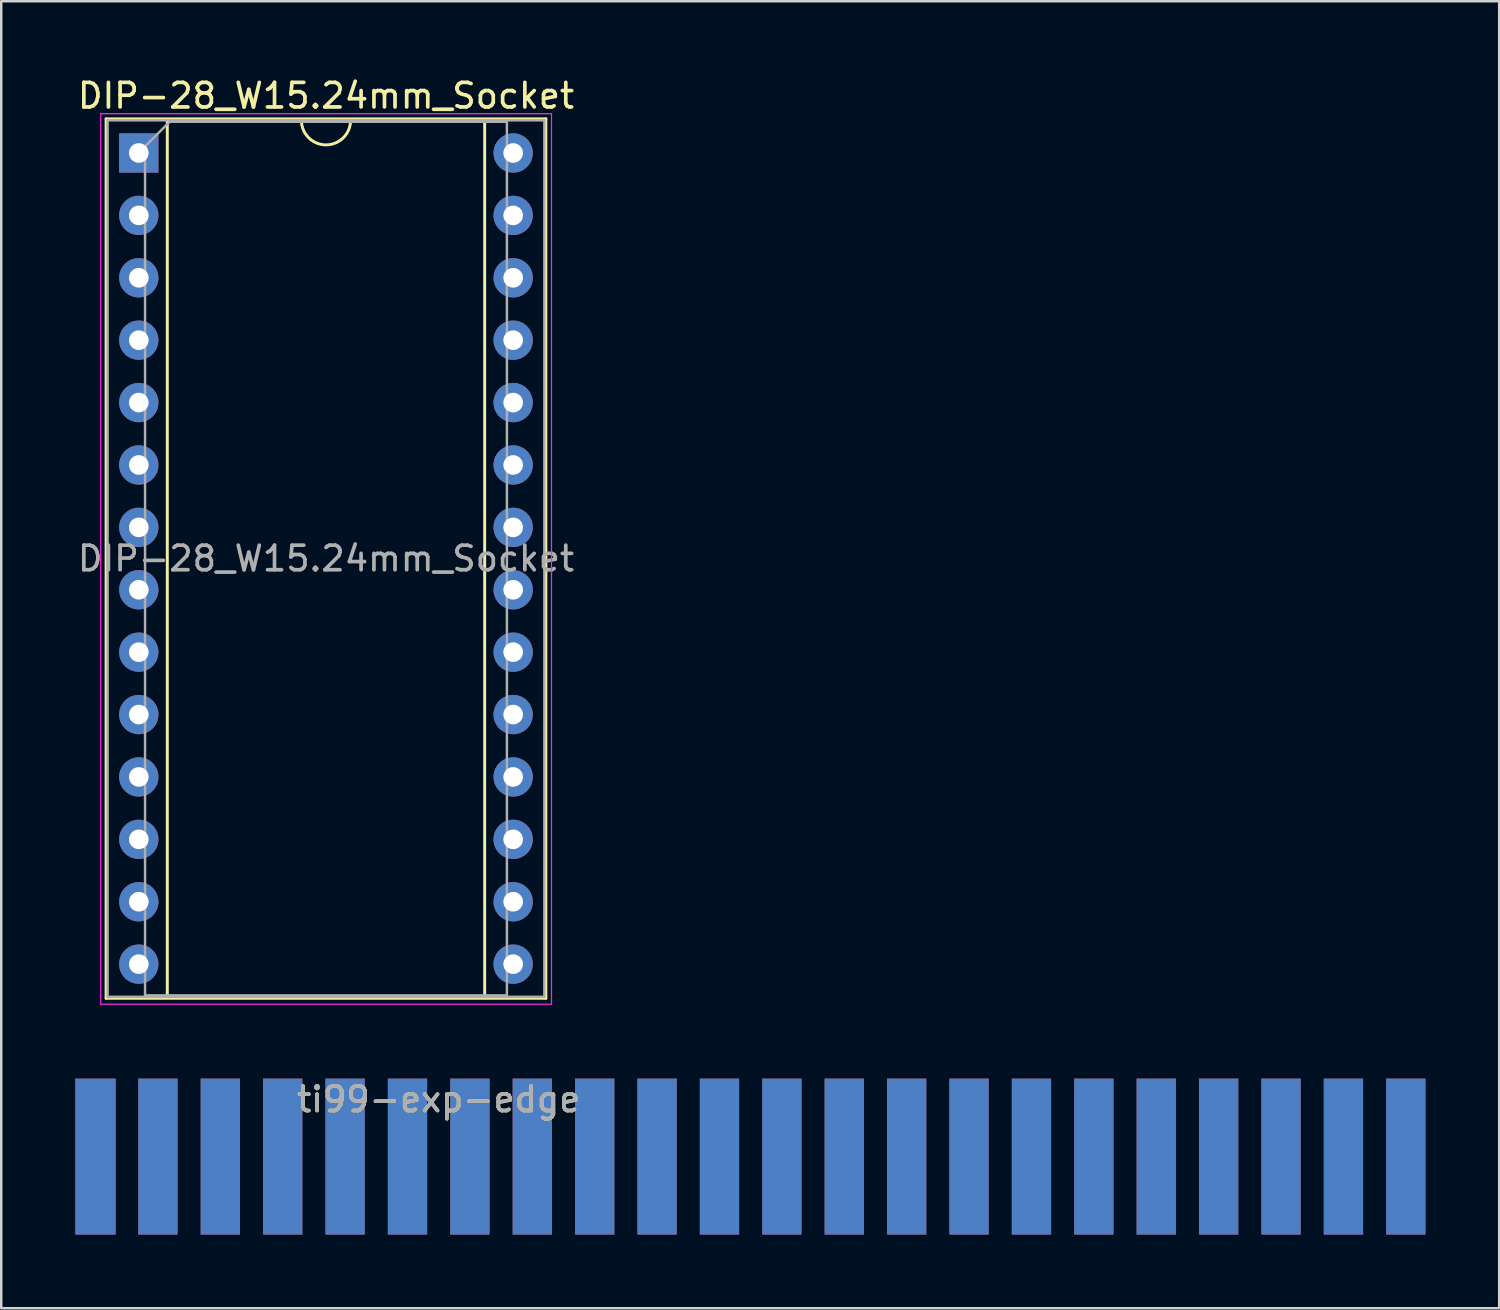
<source format=kicad_pcb>
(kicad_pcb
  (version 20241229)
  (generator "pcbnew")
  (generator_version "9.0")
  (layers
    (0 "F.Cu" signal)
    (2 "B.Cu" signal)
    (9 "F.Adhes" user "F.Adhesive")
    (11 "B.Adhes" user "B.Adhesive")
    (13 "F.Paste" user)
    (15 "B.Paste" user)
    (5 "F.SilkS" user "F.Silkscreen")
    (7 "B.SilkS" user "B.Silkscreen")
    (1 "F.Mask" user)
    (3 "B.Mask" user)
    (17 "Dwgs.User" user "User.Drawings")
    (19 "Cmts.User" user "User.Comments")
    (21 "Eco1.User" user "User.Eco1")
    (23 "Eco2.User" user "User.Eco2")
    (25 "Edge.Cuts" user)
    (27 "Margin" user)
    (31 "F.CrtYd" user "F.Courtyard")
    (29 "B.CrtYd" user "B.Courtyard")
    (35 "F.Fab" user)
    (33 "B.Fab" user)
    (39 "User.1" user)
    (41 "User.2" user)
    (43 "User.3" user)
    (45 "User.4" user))
  (footprint "ti99-exp-edge"
    (layer "F.Cu")
    (at 13.538 44.032)
    (property "Reference" "ti99-exp-edge" (at 1.27 -2.33 180) (layer "F.SilkS") (effects (font (size 1 1) (thickness 0.15))))
    (attr through_hole)
    (fp_text user "${REFERENCE}" (at 1.27 -2.33 180) (layer "F.Fab") (effects (font (size 1 1) (thickness 0.15))))
    (pad "1" connect rect (at 40.64 0 270) (size 6.35 1.6) (layers "B.Cu" "B.Mask"))
    (pad "2" connect rect (at 40.64 0 270) (size 6.35 1.6) (layers "F.Cu" "F.Mask"))
    (pad "3" connect rect (at 38.1 0 270) (size 6.35 1.6) (layers "B.Cu" "B.Mask"))
    (pad "4" connect rect (at 38.1 0 270) (size 6.35 1.6) (layers "F.Cu" "F.Mask"))
    (pad "5" connect rect (at 35.56 0 270) (size 6.35 1.6) (layers "B.Cu" "B.Mask"))
    (pad "6" connect rect (at 35.56 0 270) (size 6.35 1.6) (layers "F.Cu" "F.Mask"))
    (pad "7" connect rect (at 33.02 0 270) (size 6.35 1.6) (layers "B.Cu" "B.Mask"))
    (pad "8" connect rect (at 33.02 0 270) (size 6.35 1.6) (layers "F.Cu" "F.Mask"))
    (pad "9" connect rect (at 30.48 0 270) (size 6.35 1.6) (layers "B.Cu" "B.Mask"))
    (pad "10" connect rect (at 30.48 0 270) (size 6.35 1.6) (layers "F.Cu" "F.Mask"))
    (pad "11" connect rect (at 27.94 0 270) (size 6.35 1.6) (layers "B.Cu" "B.Mask"))
    (pad "12" connect rect (at 27.94 0 270) (size 6.35 1.6) (layers "F.Cu" "F.Mask"))
    (pad "13" connect rect (at 25.4 0 270) (size 6.35 1.6) (layers "B.Cu" "B.Mask"))
    (pad "14" connect rect (at 25.4 0 270) (size 6.35 1.6) (layers "F.Cu" "F.Mask"))
    (pad "15" connect rect (at 22.86 0 270) (size 6.35 1.6) (layers "B.Cu" "B.Mask"))
    (pad "16" connect rect (at 22.86 0 270) (size 6.35 1.6) (layers "F.Cu" "F.Mask"))
    (pad "17" connect rect (at 20.32 0 270) (size 6.35 1.6) (layers "B.Cu" "B.Mask"))
    (pad "18" connect rect (at 20.32 0 270) (size 6.35 1.6) (layers "F.Cu" "F.Mask"))
    (pad "19" connect rect (at 17.78 0 270) (size 6.35 1.6) (layers "B.Cu" "B.Mask"))
    (pad "20" connect rect (at 17.78 0 270) (size 6.35 1.6) (layers "F.Cu" "F.Mask"))
    (pad "21" connect rect (at 15.24 0 270) (size 6.35 1.6) (layers "B.Cu" "B.Mask"))
    (pad "22" connect rect (at 15.24 0 270) (size 6.35 1.6) (layers "F.Cu" "F.Mask"))
    (pad "23" connect rect (at 12.7 0 270) (size 6.35 1.6) (layers "B.Cu" "B.Mask"))
    (pad "24" connect rect (at 12.7 0 270) (size 6.35 1.6) (layers "F.Cu" "F.Mask"))
    (pad "25" connect rect (at 10.16 0 270) (size 6.35 1.6) (layers "B.Cu" "B.Mask"))
    (pad "26" connect rect (at 10.16 0 270) (size 6.35 1.6) (layers "F.Cu" "F.Mask"))
    (pad "27" connect rect (at 7.62 0 270) (size 6.35 1.6) (layers "B.Cu" "B.Mask"))
    (pad "28" connect rect (at 7.62 0 270) (size 6.35 1.6) (layers "F.Cu" "F.Mask"))
    (pad "29" connect rect (at 5.08 0 270) (size 6.35 1.6) (layers "B.Cu" "B.Mask"))
    (pad "30" connect rect (at 5.08 0 270) (size 6.35 1.6) (layers "F.Cu" "F.Mask"))
    (pad "31" connect rect (at 2.54 0 270) (size 6.35 1.6) (layers "B.Cu" "B.Mask"))
    (pad "32" connect rect (at 2.54 0 270) (size 6.35 1.6) (layers "F.Cu" "F.Mask"))
    (pad "33" connect rect (at 0 0 270) (size 6.35 1.6) (layers "B.Cu" "B.Mask"))
    (pad "34" connect rect (at 0 0 270) (size 6.35 1.6) (layers "F.Cu" "F.Mask"))
    (pad "35" connect rect (at -2.54 0 270) (size 6.35 1.6) (layers "B.Cu" "B.Mask"))
    (pad "36" connect rect (at -2.54 0 270) (size 6.35 1.6) (layers "F.Cu" "F.Mask"))
    (pad "37" connect rect (at -5.08 0 270) (size 6.35 1.6) (layers "B.Cu" "B.Mask"))
    (pad "38" connect rect (at -5.08 0 270) (size 6.35 1.6) (layers "F.Cu" "F.Mask"))
    (pad "39" connect rect (at -7.62 0 270) (size 6.35 1.6) (layers "B.Cu" "B.Mask"))
    (pad "40" connect rect (at -7.62 0 270) (size 6.35 1.6) (layers "F.Cu" "F.Mask"))
    (pad "41" connect rect (at -10.16 0 270) (size 6.35 1.6) (layers "B.Cu" "B.Mask"))
    (pad "42" connect rect (at -10.16 0 270) (size 6.35 1.6) (layers "F.Cu" "F.Mask"))
    (pad "43" connect rect (at -12.7 0 270) (size 6.35 1.6) (layers "B.Cu" "B.Mask"))
    (pad "44" connect rect (at -12.7 0 270) (size 6.35 1.676) (layers "F.Cu" "F.Mask")))
  (footprint "DIP-28_W15.24mm_Socket"
    (layer "F.Cu")
    (at 2.6 3.178)
    (property "Reference" "DIP-28_W15.24mm_Socket" (at 7.62 -2.33 180) (layer "F.SilkS") (effects (font (size 1 1) (thickness 0.15))))
    (attr through_hole)
    (fp_line (start -1.33 -1.39) (end -1.33 34.41) (stroke (width 0.12) (type solid)) (layer "F.SilkS"))
    (fp_line (start -1.33 34.41) (end 16.57 34.41) (stroke (width 0.12) (type solid)) (layer "F.SilkS"))
    (fp_line (start 1.16 -1.33) (end 1.16 34.35) (stroke (width 0.12) (type solid)) (layer "F.SilkS"))
    (fp_line (start 1.16 34.35) (end 14.08 34.35) (stroke (width 0.12) (type solid)) (layer "F.SilkS"))
    (fp_line (start 6.62 -1.33) (end 1.16 -1.33) (stroke (width 0.12) (type solid)) (layer "F.SilkS"))
    (fp_line (start 14.08 -1.33) (end 8.62 -1.33) (stroke (width 0.12) (type solid)) (layer "F.SilkS"))
    (fp_line (start 14.08 34.35) (end 14.08 -1.33) (stroke (width 0.12) (type solid)) (layer "F.SilkS"))
    (fp_line (start 16.57 -1.39) (end -1.33 -1.39) (stroke (width 0.12) (type solid)) (layer "F.SilkS"))
    (fp_line (start 16.57 34.41) (end 16.57 -1.39) (stroke (width 0.12) (type solid)) (layer "F.SilkS"))
    (fp_arc (start 8.62 -1.33) (mid 7.62 -0.33) (end 6.62 -1.33) (stroke (width 0.12) (type solid)) (layer "F.SilkS"))
    (fp_line (start -1.55 -1.6) (end -1.55 34.65) (stroke (width 0.05) (type solid)) (layer "F.CrtYd"))
    (fp_line (start -1.55 34.65) (end 16.8 34.65) (stroke (width 0.05) (type solid)) (layer "F.CrtYd"))
    (fp_line (start 16.8 -1.6) (end -1.55 -1.6) (stroke (width 0.05) (type solid)) (layer "F.CrtYd"))
    (fp_line (start 16.8 34.65) (end 16.8 -1.6) (stroke (width 0.05) (type solid)) (layer "F.CrtYd"))
    (fp_line (start -1.27 -1.33) (end -1.27 34.35) (stroke (width 0.1) (type solid)) (layer "F.Fab"))
    (fp_line (start -1.27 34.35) (end 16.51 34.35) (stroke (width 0.1) (type solid)) (layer "F.Fab"))
    (fp_line (start 0.255 -0.27) (end 1.255 -1.27) (stroke (width 0.1) (type solid)) (layer "F.Fab"))
    (fp_line (start 0.255 34.29) (end 0.255 -0.27) (stroke (width 0.1) (type solid)) (layer "F.Fab"))
    (fp_line (start 1.255 -1.27) (end 14.985 -1.27) (stroke (width 0.1) (type solid)) (layer "F.Fab"))
    (fp_line (start 14.985 -1.27) (end 14.985 34.29) (stroke (width 0.1) (type solid)) (layer "F.Fab"))
    (fp_line (start 14.985 34.29) (end 0.255 34.29) (stroke (width 0.1) (type solid)) (layer "F.Fab"))
    (fp_line (start 16.51 -1.33) (end -1.27 -1.33) (stroke (width 0.1) (type solid)) (layer "F.Fab"))
    (fp_line (start 16.51 34.35) (end 16.51 -1.33) (stroke (width 0.1) (type solid)) (layer "F.Fab"))
    (fp_text user "${REFERENCE}" (at 7.62 16.51 180) (layer "F.Fab") (effects (font (size 1 1) (thickness 0.15))))
    (pad "1" thru_hole rect (at 0 0) (size 1.6 1.6) (drill 0.8) (layers "*.Cu" "*.Mask"))
    (pad "2" thru_hole oval (at 0 2.54) (size 1.6 1.6) (drill 0.8) (layers "*.Cu" "*.Mask"))
    (pad "3" thru_hole oval (at 0 5.08) (size 1.6 1.6) (drill 0.8) (layers "*.Cu" "*.Mask"))
    (pad "4" thru_hole oval (at 0 7.62) (size 1.6 1.6) (drill 0.8) (layers "*.Cu" "*.Mask"))
    (pad "5" thru_hole oval (at 0 10.16) (size 1.6 1.6) (drill 0.8) (layers "*.Cu" "*.Mask"))
    (pad "6" thru_hole oval (at 0 12.7) (size 1.6 1.6) (drill 0.8) (layers "*.Cu" "*.Mask"))
    (pad "7" thru_hole oval (at 0 15.24) (size 1.6 1.6) (drill 0.8) (layers "*.Cu" "*.Mask"))
    (pad "8" thru_hole oval (at 0 17.78) (size 1.6 1.6) (drill 0.8) (layers "*.Cu" "*.Mask"))
    (pad "9" thru_hole oval (at 0 20.32) (size 1.6 1.6) (drill 0.8) (layers "*.Cu" "*.Mask"))
    (pad "10" thru_hole oval (at 0 22.86) (size 1.6 1.6) (drill 0.8) (layers "*.Cu" "*.Mask"))
    (pad "11" thru_hole oval (at 0 25.4) (size 1.6 1.6) (drill 0.8) (layers "*.Cu" "*.Mask"))
    (pad "12" thru_hole oval (at 0 27.94) (size 1.6 1.6) (drill 0.8) (layers "*.Cu" "*.Mask"))
    (pad "13" thru_hole oval (at 0 30.48) (size 1.6 1.6) (drill 0.8) (layers "*.Cu" "*.Mask"))
    (pad "14" thru_hole oval (at 0 33.02) (size 1.6 1.6) (drill 0.8) (layers "*.Cu" "*.Mask"))
    (pad "15" thru_hole oval (at 15.24 33.02) (size 1.6 1.6) (drill 0.8) (layers "*.Cu" "*.Mask"))
    (pad "16" thru_hole oval (at 15.24 30.48) (size 1.6 1.6) (drill 0.8) (layers "*.Cu" "*.Mask"))
    (pad "17" thru_hole oval (at 15.24 27.94) (size 1.6 1.6) (drill 0.8) (layers "*.Cu" "*.Mask"))
    (pad "18" thru_hole oval (at 15.24 25.4) (size 1.6 1.6) (drill 0.8) (layers "*.Cu" "*.Mask"))
    (pad "19" thru_hole oval (at 15.24 22.86) (size 1.6 1.6) (drill 0.8) (layers "*.Cu" "*.Mask"))
    (pad "20" thru_hole oval (at 15.24 20.32) (size 1.6 1.6) (drill 0.8) (layers "*.Cu" "*.Mask"))
    (pad "21" thru_hole oval (at 15.24 17.78) (size 1.6 1.6) (drill 0.8) (layers "*.Cu" "*.Mask"))
    (pad "22" thru_hole oval (at 15.24 15.24) (size 1.6 1.6) (drill 0.8) (layers "*.Cu" "*.Mask"))
    (pad "23" thru_hole oval (at 15.24 12.7) (size 1.6 1.6) (drill 0.8) (layers "*.Cu" "*.Mask"))
    (pad "24" thru_hole oval (at 15.24 10.16) (size 1.6 1.6) (drill 0.8) (layers "*.Cu" "*.Mask"))
    (pad "25" thru_hole oval (at 15.24 7.62) (size 1.6 1.6) (drill 0.8) (layers "*.Cu" "*.Mask"))
    (pad "26" thru_hole oval (at 15.24 5.08) (size 1.6 1.6) (drill 0.8) (layers "*.Cu" "*.Mask"))
    (pad "27" thru_hole oval (at 15.24 2.54) (size 1.6 1.6) (drill 0.8) (layers "*.Cu" "*.Mask"))
    (pad "28" thru_hole oval (at 15.24 0) (size 1.6 1.6) (drill 0.8) (layers "*.Cu" "*.Mask")))
  (gr_rect
    (start -3 -3)
    (end 57.978 50.206)
    (stroke (width 0.1) (type default))
    (fill no)
    (layer "Edge.Cuts")))
</source>
